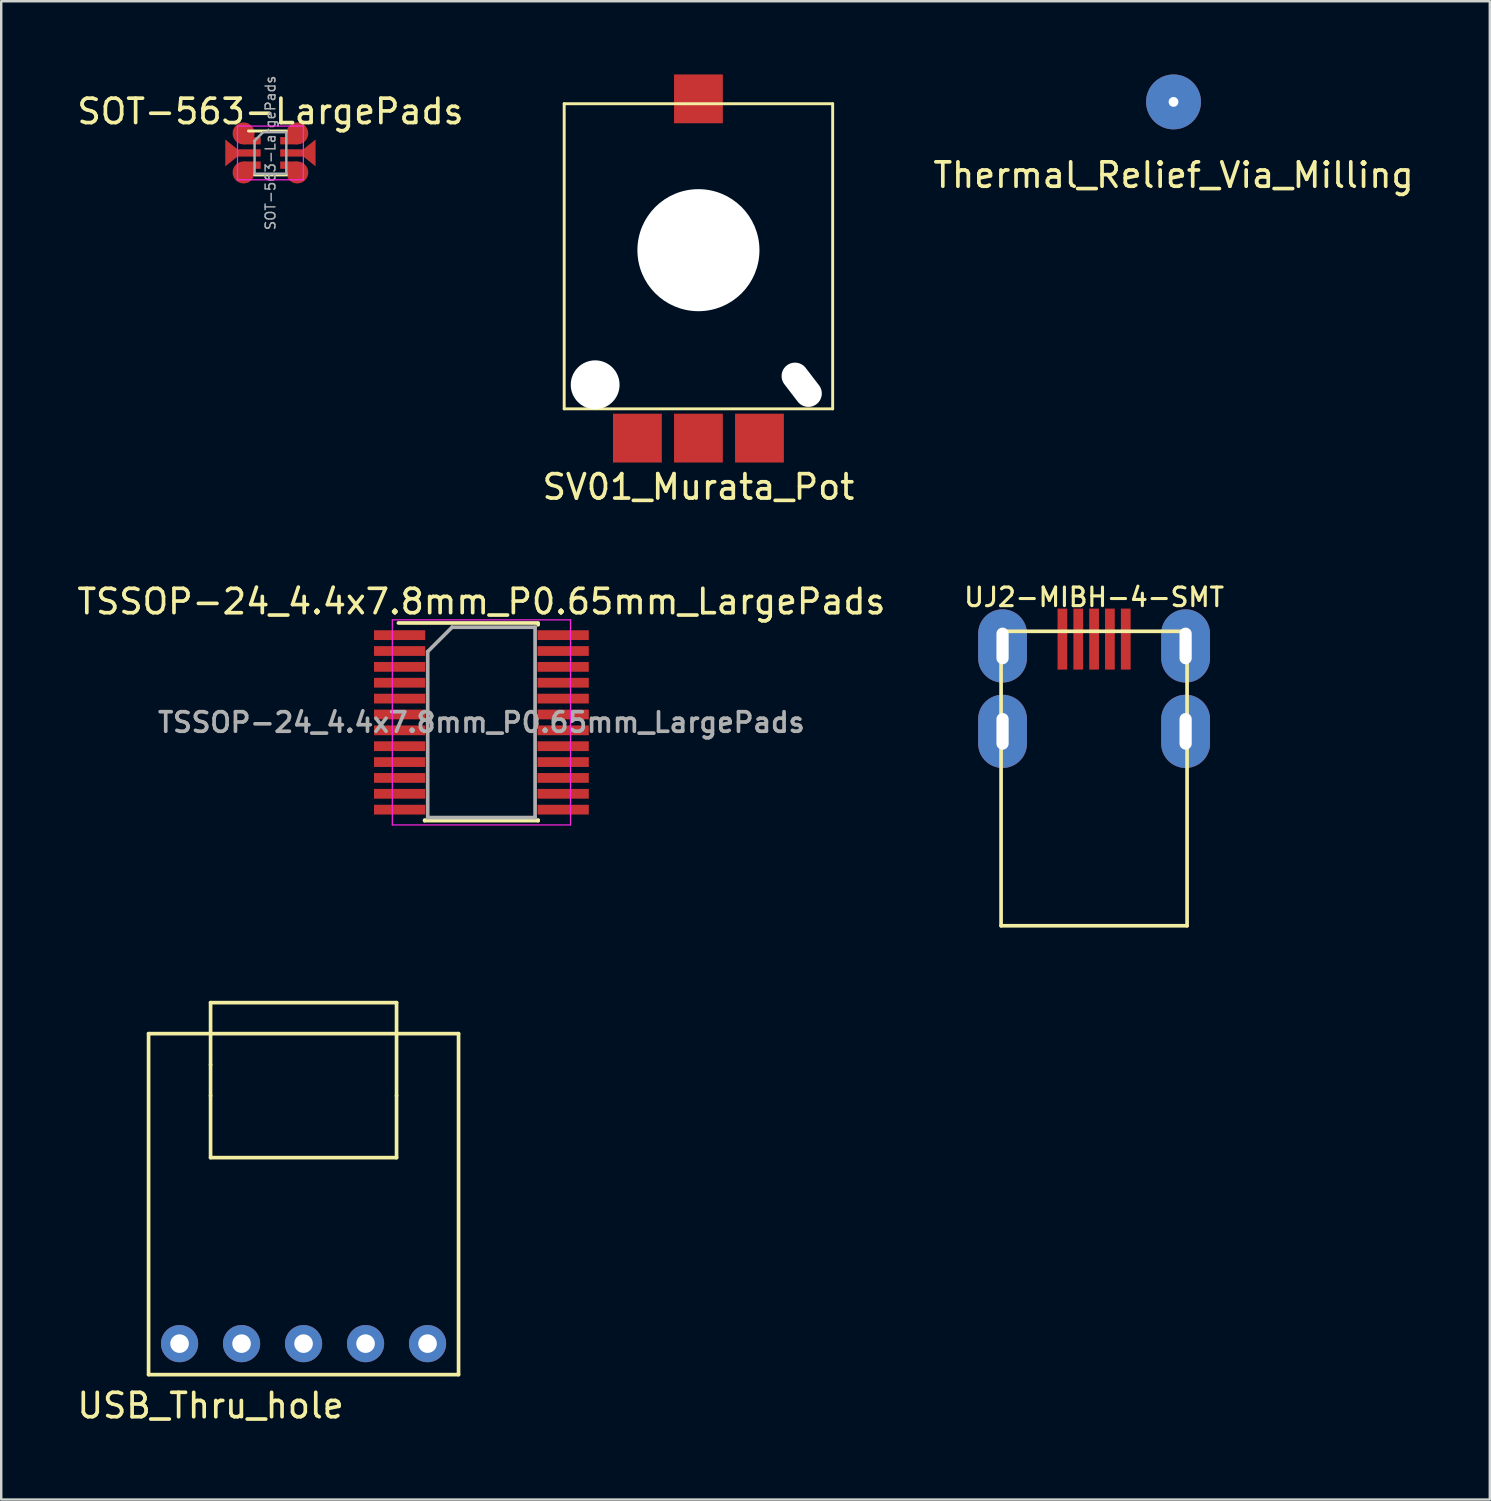
<source format=kicad_pcb>
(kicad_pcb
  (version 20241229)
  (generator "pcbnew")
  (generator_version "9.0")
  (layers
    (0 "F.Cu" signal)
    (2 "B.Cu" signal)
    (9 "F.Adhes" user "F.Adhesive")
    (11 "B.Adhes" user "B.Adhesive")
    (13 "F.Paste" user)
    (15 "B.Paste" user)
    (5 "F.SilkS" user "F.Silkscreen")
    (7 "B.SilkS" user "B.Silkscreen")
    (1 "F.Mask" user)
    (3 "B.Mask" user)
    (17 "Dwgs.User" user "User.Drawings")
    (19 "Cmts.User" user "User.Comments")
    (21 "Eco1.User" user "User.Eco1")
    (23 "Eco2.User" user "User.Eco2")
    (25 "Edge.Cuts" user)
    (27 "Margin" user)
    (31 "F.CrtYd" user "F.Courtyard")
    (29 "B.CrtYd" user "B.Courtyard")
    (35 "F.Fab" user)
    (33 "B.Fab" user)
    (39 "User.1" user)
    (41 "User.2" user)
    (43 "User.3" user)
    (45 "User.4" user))
  (footprint "TSSOP-24_4.4x7.8mm_P0.65mm_LargePads"
    (layer "F.Cu")
    (at 16.673 26.547)
    (property "Reference" "TSSOP-24_4.4x7.8mm_P0.65mm_LargePads" (at 0 -4.95 0) (layer "F.SilkS") (effects (font (size 1 1) (thickness 0.15))))
    (attr smd)
    (fp_line (start -3.4 -4.075) (end 2.325 -4.075) (stroke (width 0.15) (type solid)) (layer "F.SilkS"))
    (fp_line (start -2.325 4.025) (end -2.325 4) (stroke (width 0.15) (type solid)) (layer "F.SilkS"))
    (fp_line (start -2.325 4.025) (end 2.325 4.025) (stroke (width 0.15) (type solid)) (layer "F.SilkS"))
    (fp_line (start 2.325 -4.025) (end 2.325 -4) (stroke (width 0.15) (type solid)) (layer "F.SilkS"))
    (fp_line (start 2.325 4.025) (end 2.325 4) (stroke (width 0.15) (type solid)) (layer "F.SilkS"))
    (fp_line (start -3.65 -4.2) (end -3.65 4.2) (stroke (width 0.05) (type solid)) (layer "F.CrtYd"))
    (fp_line (start -3.65 -4.2) (end 3.65 -4.2) (stroke (width 0.05) (type solid)) (layer "F.CrtYd"))
    (fp_line (start -3.65 4.2) (end 3.65 4.2) (stroke (width 0.05) (type solid)) (layer "F.CrtYd"))
    (fp_line (start 3.65 -4.2) (end 3.65 4.2) (stroke (width 0.05) (type solid)) (layer "F.CrtYd"))
    (fp_line (start -2.2 -2.9) (end -1.2 -3.9) (stroke (width 0.15) (type solid)) (layer "F.Fab"))
    (fp_line (start -2.2 3.9) (end -2.2 -2.9) (stroke (width 0.15) (type solid)) (layer "F.Fab"))
    (fp_line (start -1.2 -3.9) (end 2.2 -3.9) (stroke (width 0.15) (type solid)) (layer "F.Fab"))
    (fp_line (start 2.2 -3.9) (end 2.2 3.9) (stroke (width 0.15) (type solid)) (layer "F.Fab"))
    (fp_line (start 2.2 3.9) (end -2.2 3.9) (stroke (width 0.15) (type solid)) (layer "F.Fab"))
    (fp_text user "${REFERENCE}" (at 0 0 0) (layer "F.Fab") (effects (font (size 0.8 0.8) (thickness 0.15))))
    (pad "1" smd rect (at -3.35 -3.575) (size 2.1 0.4) (layers "F.Cu" "F.Mask" "F.Paste"))
    (pad "2" smd rect (at -3.35 -2.925) (size 2.1 0.4) (layers "F.Cu" "F.Mask" "F.Paste"))
    (pad "3" smd rect (at -3.35 -2.275) (size 2.1 0.4) (layers "F.Cu" "F.Mask" "F.Paste"))
    (pad "4" smd rect (at -3.35 -1.625) (size 2.1 0.4) (layers "F.Cu" "F.Mask" "F.Paste"))
    (pad "5" smd rect (at -3.35 -0.975) (size 2.1 0.4) (layers "F.Cu" "F.Mask" "F.Paste"))
    (pad "6" smd rect (at -3.35 -0.325) (size 2.1 0.4) (layers "F.Cu" "F.Mask" "F.Paste"))
    (pad "7" smd rect (at -3.35 0.325) (size 2.1 0.4) (layers "F.Cu" "F.Mask" "F.Paste"))
    (pad "8" smd rect (at -3.35 0.975) (size 2.1 0.4) (layers "F.Cu" "F.Mask" "F.Paste"))
    (pad "9" smd rect (at -3.35 1.625) (size 2.1 0.4) (layers "F.Cu" "F.Mask" "F.Paste"))
    (pad "10" smd rect (at -3.35 2.275) (size 2.1 0.4) (layers "F.Cu" "F.Mask" "F.Paste"))
    (pad "11" smd rect (at -3.35 2.925) (size 2.1 0.4) (layers "F.Cu" "F.Mask" "F.Paste"))
    (pad "12" smd rect (at -3.35 3.575) (size 2.1 0.4) (layers "F.Cu" "F.Mask" "F.Paste"))
    (pad "13" smd rect (at 3.35 3.575) (size 2.1 0.4) (layers "F.Cu" "F.Mask" "F.Paste"))
    (pad "14" smd rect (at 3.35 2.925) (size 2.1 0.4) (layers "F.Cu" "F.Mask" "F.Paste"))
    (pad "15" smd rect (at 3.35 2.275) (size 2.1 0.4) (layers "F.Cu" "F.Mask" "F.Paste"))
    (pad "16" smd rect (at 3.35 1.625) (size 2.1 0.4) (layers "F.Cu" "F.Mask" "F.Paste"))
    (pad "17" smd rect (at 3.35 0.975) (size 2.1 0.4) (layers "F.Cu" "F.Mask" "F.Paste"))
    (pad "18" smd rect (at 3.35 0.325) (size 2.1 0.4) (layers "F.Cu" "F.Mask" "F.Paste"))
    (pad "19" smd rect (at 3.35 -0.325) (size 2.1 0.4) (layers "F.Cu" "F.Mask" "F.Paste"))
    (pad "20" smd rect (at 3.35 -0.975) (size 2.1 0.4) (layers "F.Cu" "F.Mask" "F.Paste"))
    (pad "21" smd rect (at 3.35 -1.625) (size 2.1 0.4) (layers "F.Cu" "F.Mask" "F.Paste"))
    (pad "22" smd rect (at 3.35 -2.275) (size 2.1 0.4) (layers "F.Cu" "F.Mask" "F.Paste"))
    (pad "23" smd rect (at 3.35 -2.925) (size 2.1 0.4) (layers "F.Cu" "F.Mask" "F.Paste"))
    (pad "24" smd rect (at 3.35 -3.575) (size 2.1 0.4) (layers "F.Cu" "F.Mask" "F.Paste")))
  (footprint "USB_Thru_hole"
    (layer "F.Cu")
    (at 9.387 51.999)
    (property "Reference" "USB_Thru_hole" (at -3.81 2.54 0) (layer "F.SilkS") (effects (font (size 1 1) (thickness 0.15))))
    (attr through_hole)
    (fp_line (start -6.35 -12.7) (end -6.35 1.27) (stroke (width 0.15) (type solid)) (layer "F.SilkS"))
    (fp_line (start -6.35 1.27) (end 6.35 1.27) (stroke (width 0.15) (type solid)) (layer "F.SilkS"))
    (fp_line (start -3.81 -13.97) (end 3.81 -13.97) (stroke (width 0.15) (type solid)) (layer "F.SilkS"))
    (fp_line (start -3.81 -11.43) (end -3.81 -13.97) (stroke (width 0.15) (type solid)) (layer "F.SilkS"))
    (fp_line (start -3.81 -10.16) (end -3.81 -11.43) (stroke (width 0.15) (type solid)) (layer "F.SilkS"))
    (fp_line (start -3.81 -7.62) (end -3.81 -10.16) (stroke (width 0.15) (type solid)) (layer "F.SilkS"))
    (fp_line (start 3.81 -13.97) (end 3.81 -10.16) (stroke (width 0.15) (type solid)) (layer "F.SilkS"))
    (fp_line (start 3.81 -10.16) (end 3.81 -7.62) (stroke (width 0.15) (type solid)) (layer "F.SilkS"))
    (fp_line (start 3.81 -7.62) (end -3.81 -7.62) (stroke (width 0.15) (type solid)) (layer "F.SilkS"))
    (fp_line (start 6.35 -12.7) (end -6.35 -12.7) (stroke (width 0.15) (type solid)) (layer "F.SilkS"))
    (fp_line (start 6.35 1.27) (end 6.35 -12.7) (stroke (width 0.15) (type solid)) (layer "F.SilkS"))
    (pad "1" thru_hole circle (at 5.08 0) (size 1.524 1.524) (drill 0.762) (layers "*.Cu" "*.Mask"))
    (pad "2" thru_hole circle (at 2.54 0) (size 1.524 1.524) (drill 0.762) (layers "*.Cu" "*.Mask"))
    (pad "3" thru_hole circle (at 0 0) (size 1.524 1.524) (drill 0.762) (layers "*.Cu" "*.Mask"))
    (pad "4" thru_hole circle (at -2.54 0) (size 1.524 1.524) (drill 0.762) (layers "*.Cu" "*.Mask"))
    (pad "5" thru_hole circle (at -5.08 0) (size 1.524 1.524) (drill 0.762) (layers "*.Cu" "*.Mask")))
  (footprint "UJ2-MIBH-4-SMT"
    (layer "F.Cu")
    (at 41.775 22.814)
    (property "Reference" "UJ2-MIBH-4-SMT" (at 0 -1.397 0) (layer "F.SilkS") (effects (font (size 0.762 0.762) (thickness 0.127))))
    (attr through_hole)
    (fp_line (start -3.81 0) (end -3.81 12.065) (stroke (width 0.15) (type solid)) (layer "F.SilkS"))
    (fp_line (start -3.81 0) (end 3.81 0) (stroke (width 0.15) (type solid)) (layer "F.SilkS"))
    (fp_line (start -3.81 12.065) (end 3.81 12.065) (stroke (width 0.15) (type solid)) (layer "F.SilkS"))
    (fp_line (start 3.81 0) (end 3.81 12.065) (stroke (width 0.15) (type solid)) (layer "F.SilkS"))
    (pad "" thru_hole oval (at -3.75 0.6) (size 2 3) (drill oval 0.5 1.5) (layers "*.Cu" "*.Mask"))
    (pad "" thru_hole oval (at -3.75 4.1) (size 2 3) (drill oval 0.5 1.5) (layers "*.Cu" "*.Mask"))
    (pad "" thru_hole oval (at 3.75 0.6) (size 2 3) (drill oval 0.5 1.5) (layers "*.Cu" "*.Mask"))
    (pad "" thru_hole oval (at 3.75 4.1) (size 2 3) (drill oval 0.5 1.5) (layers "*.Cu" "*.Mask"))
    (pad "1" smd rect (at -1.298 0.32) (size 0.399 2.5) (layers "F.Cu" "F.Mask" "F.Paste"))
    (pad "2" smd rect (at -0.648 0.32) (size 0.399 2.5) (layers "F.Cu" "F.Mask" "F.Paste"))
    (pad "3" smd rect (at 0 0.32) (size 0.399 2.5) (layers "F.Cu" "F.Mask" "F.Paste"))
    (pad "4" smd rect (at 0.648 0.32) (size 0.399 2.5) (layers "F.Cu" "F.Mask" "F.Paste"))
    (pad "5" smd rect (at 1.298 0.32) (size 0.399 2.5) (layers "F.Cu" "F.Mask" "F.Paste")))
  (footprint "SV01_Murata_Pot"
    (layer "F.Cu")
    (at 25.565 7.2)
    (property "Reference" "SV01_Murata_Pot" (at 0 9.7 0) (layer "F.SilkS") (effects (font (size 1 1) (thickness 0.15))))
    (attr through_hole)
    (fp_line (start -5.5 -6) (end 5.5 -6) (stroke (width 0.12) (type solid)) (layer "F.SilkS"))
    (fp_line (start -5.5 6.5) (end -5.5 -6) (stroke (width 0.12) (type solid)) (layer "F.SilkS"))
    (fp_line (start -5.5 6.5) (end 5.5 6.5) (stroke (width 0.12) (type solid)) (layer "F.SilkS"))
    (fp_line (start 5.5 -6) (end 5.5 6.5) (stroke (width 0.12) (type solid)) (layer "F.SilkS"))
    (pad "" np_thru_hole circle (at -4.231 5.514) (size 2 2) (drill 2) (layers "*.Cu" "*.Mask"))
    (pad "" np_thru_hole circle (at 0 0) (size 5 5) (drill 5) (layers "*.Cu" "*.Mask"))
    (pad "" np_thru_hole oval (at 4.231 5.514 37.5) (size 1.1 2) (drill oval 1.1 2) (layers "*.Cu" "*.Mask"))
    (pad "1" smd rect (at -2.5 7.7) (size 2 2) (layers "F.Cu" "F.Mask" "F.Paste"))
    (pad "2" smd rect (at 0 -6.2) (size 2 2) (layers "F.Cu" "F.Mask" "F.Paste"))
    (pad "2" smd rect (at 0 7.7) (size 2 2) (layers "F.Cu" "F.Mask" "F.Paste"))
    (pad "3" smd rect (at 2.5 7.7) (size 2 2) (layers "F.Cu" "F.Mask" "F.Paste")))
  (footprint "SOT-563-LargePads"
    (layer "F.Cu")
    (at 8.03 3.216)
    (property "Reference" "SOT-563-LargePads" (at 0 -1.7 0) (layer "F.SilkS") (effects (font (size 1 1) (thickness 0.15))))
    (attr smd)
    (fp_line (start -0.9 -0.9) (end 0.65 -0.9) (stroke (width 0.12) (type solid)) (layer "F.SilkS"))
    (fp_line (start 0.65 0.9) (end -0.65 0.9) (stroke (width 0.12) (type solid)) (layer "F.SilkS"))
    (fp_line (start -1.35 -1.1) (end -1.35 1.1) (stroke (width 0.05) (type solid)) (layer "F.CrtYd"))
    (fp_line (start -1.35 -1.1) (end 1.35 -1.1) (stroke (width 0.05) (type solid)) (layer "F.CrtYd"))
    (fp_line (start 1.35 1.1) (end -1.35 1.1) (stroke (width 0.05) (type solid)) (layer "F.CrtYd"))
    (fp_line (start 1.35 1.1) (end 1.35 -1.1) (stroke (width 0.05) (type solid)) (layer "F.CrtYd"))
    (fp_line (start -0.65 -0.5) (end -0.65 0.85) (stroke (width 0.1) (type solid)) (layer "F.Fab"))
    (fp_line (start -0.65 -0.5) (end -0.3 -0.85) (stroke (width 0.1) (type solid)) (layer "F.Fab"))
    (fp_line (start -0.65 0.85) (end 0.65 0.85) (stroke (width 0.1) (type solid)) (layer "F.Fab"))
    (fp_line (start 0.65 -0.85) (end -0.3 -0.85) (stroke (width 0.1) (type solid)) (layer "F.Fab"))
    (fp_line (start 0.65 0.85) (end 0.65 -0.85) (stroke (width 0.1) (type solid)) (layer "F.Fab"))
    (fp_text user "${REFERENCE}" (at 0 0 90) (layer "F.Fab") (effects (font (size 0.4 0.4) (thickness 0.062))))
    (pad "1" smd circle (at -1.1 -0.8) (size 0.9 0.9) (layers "F.Cu" "F.Mask" "F.Paste"))
    (pad "1" smd rect (at -0.75 -0.5) (size 0.7 0.3) (layers "F.Cu" "F.Mask" "F.Paste"))
    (pad "2" smd trapezoid (at -1.6 0) (size 0.5 0.7) (rect_delta 0.4 0) (layers "F.Cu" "F.Mask" "F.Paste"))
    (pad "2" smd rect (at -0.9 0) (size 1 0.3) (layers "F.Cu" "F.Mask" "F.Paste"))
    (pad "3" smd circle (at -1.1 0.8) (size 0.9 0.9) (layers "F.Cu" "F.Mask" "F.Paste"))
    (pad "3" smd rect (at -0.75 0.5) (size 0.7 0.3) (layers "F.Cu" "F.Mask" "F.Paste"))
    (pad "4" smd rect (at 0.75 0.5) (size 0.7 0.3) (layers "F.Cu" "F.Mask" "F.Paste"))
    (pad "4" smd circle (at 1.1 0.8) (size 0.9 0.9) (layers "F.Cu" "F.Mask" "F.Paste"))
    (pad "5" smd rect (at 0.9 0) (size 1 0.3) (layers "F.Cu" "F.Mask" "F.Paste"))
    (pad "5" smd trapezoid (at 1.6 0 180) (size 0.5 0.7) (rect_delta 0.4 0) (layers "F.Cu" "F.Mask" "F.Paste"))
    (pad "6" smd rect (at 0.75 -0.5) (size 0.7 0.3) (layers "F.Cu" "F.Mask" "F.Paste"))
    (pad "6" smd circle (at 1.1 -0.8) (size 0.9 0.9) (layers "F.Cu" "F.Mask" "F.Paste")))
  (footprint "Thermal_Relief_Via_Milling"
    (layer "F.Cu")
    (at 45.03 1.125)
    (property "Reference" "Thermal_Relief_Via_Milling" (at 0 3 0) (layer "F.SilkS") (effects (font (size 1 1) (thickness 0.15))))
    (attr through_hole)
    (pad "1" thru_hole circle (at 0 0) (size 2.25 2.25) (drill 0.4) (layers "*.Cu" "*.Mask")))
  (gr_rect
    (start -3 -3)
    (end 57.988 58.387)
    (stroke (width 0.1) (type default))
    (fill no)
    (layer "Edge.Cuts")))
</source>
